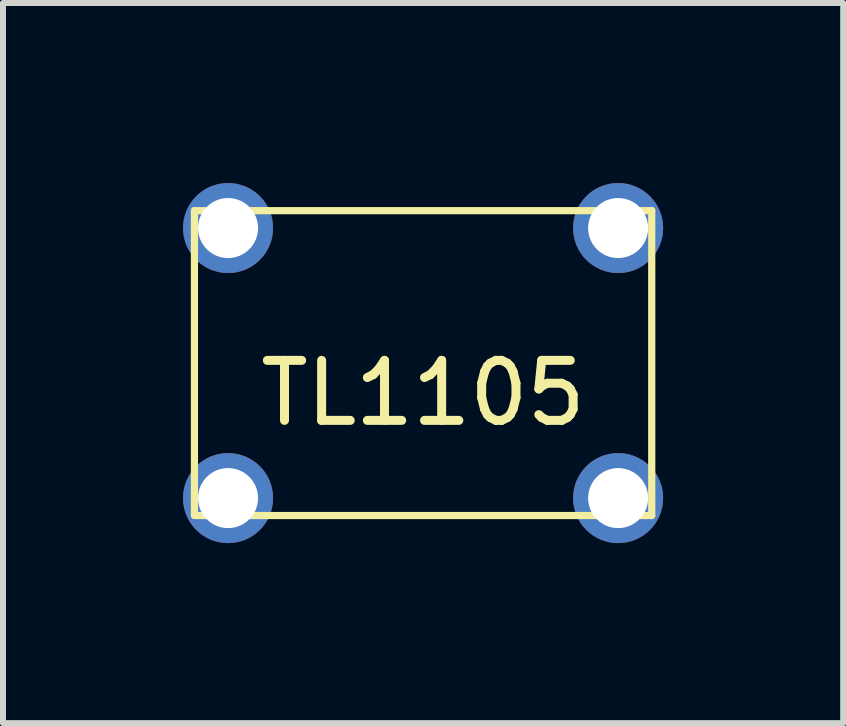
<source format=kicad_pcb>
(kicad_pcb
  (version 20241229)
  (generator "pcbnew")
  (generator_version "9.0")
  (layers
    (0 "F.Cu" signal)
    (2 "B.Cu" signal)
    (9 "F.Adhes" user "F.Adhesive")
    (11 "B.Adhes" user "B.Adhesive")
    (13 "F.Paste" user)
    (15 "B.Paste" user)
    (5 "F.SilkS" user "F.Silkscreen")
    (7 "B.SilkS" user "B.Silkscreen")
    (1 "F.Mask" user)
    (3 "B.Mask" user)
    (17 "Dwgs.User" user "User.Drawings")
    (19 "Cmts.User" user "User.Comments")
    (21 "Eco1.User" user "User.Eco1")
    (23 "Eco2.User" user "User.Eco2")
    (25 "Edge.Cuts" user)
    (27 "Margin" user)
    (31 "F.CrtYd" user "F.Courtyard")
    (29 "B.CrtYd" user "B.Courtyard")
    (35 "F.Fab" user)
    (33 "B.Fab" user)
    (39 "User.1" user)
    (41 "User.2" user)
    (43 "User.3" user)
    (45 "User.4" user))
  (footprint "TL1105"
    (layer "F.Cu")
    (at 4 3)
    (property "Reference" "TL1105" (at 0 0.5 0) (layer "F.SilkS") (effects (font (size 1 1) (thickness 0.15))))
    (attr through_hole)
    (fp_line (start -3.81 -2.54) (end 3.81 -2.54) (stroke (width 0.12) (type solid)) (layer "F.SilkS"))
    (fp_line (start -3.81 2.54) (end -3.81 -2.54) (stroke (width 0.12) (type solid)) (layer "F.SilkS"))
    (fp_line (start 3.81 -2.54) (end 3.81 2.54) (stroke (width 0.12) (type solid)) (layer "F.SilkS"))
    (fp_line (start 3.81 2.54) (end -3.81 2.54) (stroke (width 0.12) (type solid)) (layer "F.SilkS"))
    (pad "1" thru_hole circle (at -3.25 2.25) (size 1.5 1.5) (drill 1) (layers "*.Cu" "*.Mask"))
    (pad "1" thru_hole circle (at 3.25 2.25) (size 1.5 1.5) (drill 1) (layers "*.Cu" "*.Mask"))
    (pad "2" thru_hole circle (at -3.25 -2.25) (size 1.5 1.5) (drill 1) (layers "*.Cu" "*.Mask"))
    (pad "2" thru_hole circle (at 3.25 -2.25) (size 1.5 1.5) (drill 1) (layers "*.Cu" "*.Mask")))
  (gr_rect
    (start -3 -3)
    (end 11 9)
    (stroke (width 0.1) (type default))
    (fill no)
    (layer "Edge.Cuts")))
</source>
